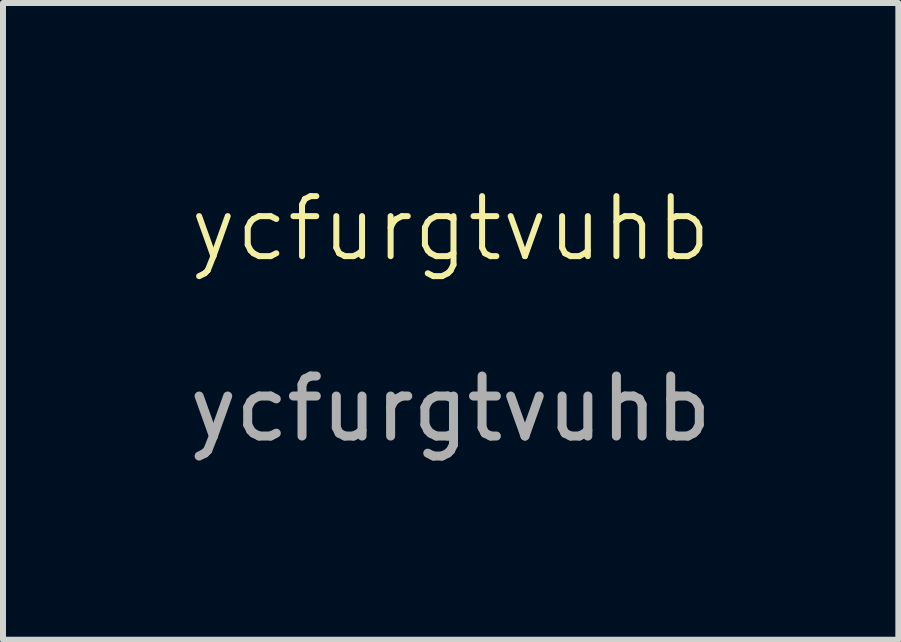
<source format=kicad_pcb>
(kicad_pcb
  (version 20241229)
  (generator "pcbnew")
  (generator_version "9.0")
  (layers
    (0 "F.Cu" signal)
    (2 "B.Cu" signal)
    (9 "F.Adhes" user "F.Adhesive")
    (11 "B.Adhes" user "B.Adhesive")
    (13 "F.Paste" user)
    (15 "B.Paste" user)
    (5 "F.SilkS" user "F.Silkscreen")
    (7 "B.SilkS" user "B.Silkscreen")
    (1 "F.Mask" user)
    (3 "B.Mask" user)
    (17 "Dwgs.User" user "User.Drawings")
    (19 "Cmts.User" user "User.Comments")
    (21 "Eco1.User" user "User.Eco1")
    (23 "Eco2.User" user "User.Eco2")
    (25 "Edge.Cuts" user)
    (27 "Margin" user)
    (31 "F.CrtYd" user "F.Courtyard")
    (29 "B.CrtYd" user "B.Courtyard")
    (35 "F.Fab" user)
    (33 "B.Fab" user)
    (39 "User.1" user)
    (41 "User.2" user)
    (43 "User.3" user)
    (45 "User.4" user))
  (footprint "ycfurgtvuhb"
    (layer "F.Cu")
    (at 4.458 1.26)
    (property "Reference" "ycfurgtvuhb" (at 0 -0.5 0) (unlocked yes) (layer "F.SilkS") (effects (font (size 1 1) (thickness 0.1))))
    (attr smd)
    (fp_text user "${REFERENCE}" (at 0 2.5 0) (unlocked yes) (layer "F.Fab") (effects (font (size 1 1) (thickness 0.15)))))
  (gr_rect
    (start -3 -3)
    (end 11.917 7.609)
    (stroke (width 0.1) (type default))
    (fill no)
    (layer "Edge.Cuts")))
</source>
